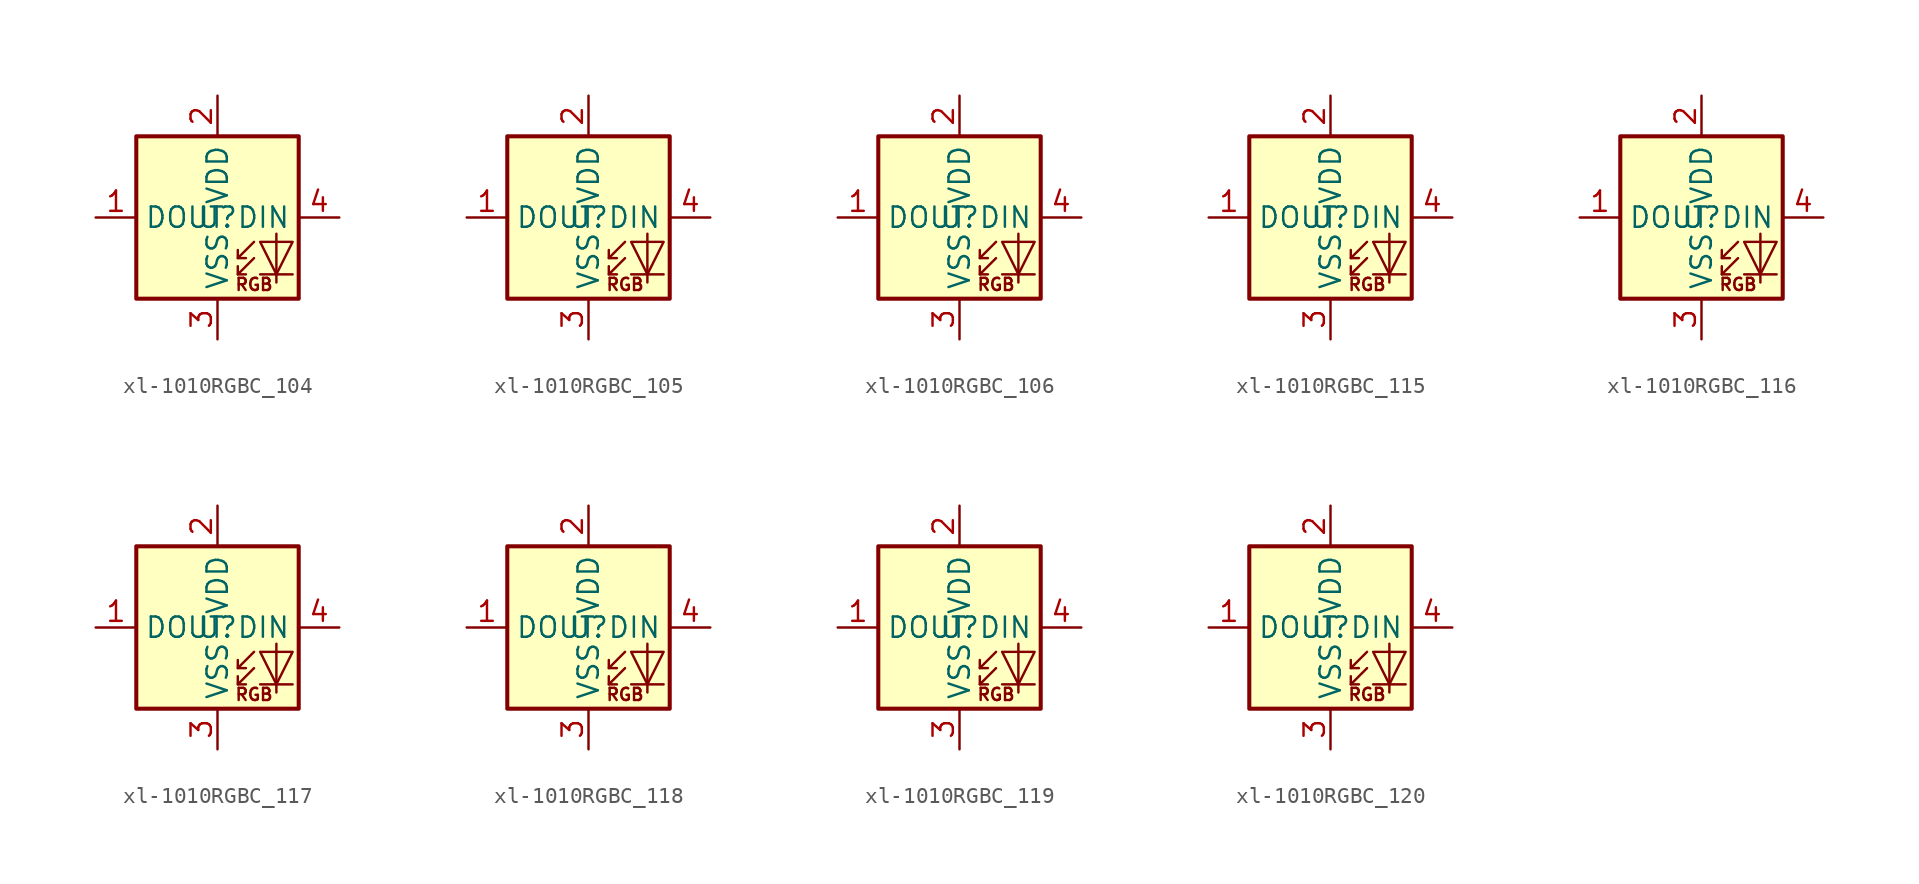
<source format=kicad_sym>
(kicad_symbol_lib
  (version 20231120)
  (generator "kicad_symbol_editor")
  (generator_version "8.0")
  (symbol "xl-1010RGBC_104"
    (property "Reference" "U"
      (at 0 0 0)
      (effects (font (size 1.27 1.27))))
    (property "Value" ""
      (at 0 0 0)
      (effects (font (size 1.27 1.27))))
    (symbol "xl-1010RGBC_104_0_0"
      (text "RGB" (at 2.286 -4.191 0) (effects (font (size 0.762 0.762)))))
    (symbol "xl-1010RGBC_104_0_1"
      (polyline (pts (xy 1.27 -3.556) (xy 1.778 -3.556)) (stroke (width 0) (type default)) (fill (type none)))
      (polyline (pts (xy 1.27 -2.54) (xy 1.778 -2.54)) (stroke (width 0) (type default)) (fill (type none)))
      (polyline (pts (xy 4.699 -3.556) (xy 2.667 -3.556)) (stroke (width 0) (type default)) (fill (type none)))
      (polyline (pts (xy 2.286 -2.54) (xy 1.27 -3.556) (xy 1.27 -3.048)) (stroke (width 0) (type default)) (fill (type none)))
      (polyline (pts (xy 2.286 -1.524) (xy 1.27 -2.54) (xy 1.27 -2.032)) (stroke (width 0) (type default)) (fill (type none)))
      (polyline (pts (xy 3.683 -1.016) (xy 3.683 -3.556) (xy 3.683 -4.064)) (stroke (width 0) (type default)) (fill (type none)))
      (polyline (pts (xy 4.699 -1.524) (xy 2.667 -1.524) (xy 3.683 -3.556) (xy 4.699 -1.524)) (stroke (width 0) (type default)) (fill (type none)))
      (rectangle (start 5.08 5.08) (end -5.08 -5.08) (stroke (width 0.254) (type default)) (fill (type background))))
    (symbol "xl-1010RGBC_104_1_1"
      (pin output line (at -7.62 0 0) (length 2.54) (name "DOUT" (effects (font (size 1.27 1.27)))) (number "1" (effects (font (size 1.27 1.27)))))
      (pin power_in line (at 0 7.62 270) (length 2.54) (name "VDD" (effects (font (size 1.27 1.27)))) (number "2" (effects (font (size 1.27 1.27)))))
      (pin power_in line (at 0 -7.62 90) (length 2.54) (name "VSS" (effects (font (size 1.27 1.27)))) (number "3" (effects (font (size 1.27 1.27)))))
      (pin input line (at 7.62 0 180) (length 2.54) (name "DIN" (effects (font (size 1.27 1.27)))) (number "4" (effects (font (size 1.27 1.27)))))))
  (symbol "xl-1010RGBC_105"
    (property "Reference" "U"
      (at 0 0 0)
      (effects (font (size 1.27 1.27))))
    (property "Value" ""
      (at 0 0 0)
      (effects (font (size 1.27 1.27))))
    (symbol "xl-1010RGBC_105_0_0"
      (text "RGB" (at 2.286 -4.191 0) (effects (font (size 0.762 0.762)))))
    (symbol "xl-1010RGBC_105_0_1"
      (polyline (pts (xy 1.27 -3.556) (xy 1.778 -3.556)) (stroke (width 0) (type default)) (fill (type none)))
      (polyline (pts (xy 1.27 -2.54) (xy 1.778 -2.54)) (stroke (width 0) (type default)) (fill (type none)))
      (polyline (pts (xy 4.699 -3.556) (xy 2.667 -3.556)) (stroke (width 0) (type default)) (fill (type none)))
      (polyline (pts (xy 2.286 -2.54) (xy 1.27 -3.556) (xy 1.27 -3.048)) (stroke (width 0) (type default)) (fill (type none)))
      (polyline (pts (xy 2.286 -1.524) (xy 1.27 -2.54) (xy 1.27 -2.032)) (stroke (width 0) (type default)) (fill (type none)))
      (polyline (pts (xy 3.683 -1.016) (xy 3.683 -3.556) (xy 3.683 -4.064)) (stroke (width 0) (type default)) (fill (type none)))
      (polyline (pts (xy 4.699 -1.524) (xy 2.667 -1.524) (xy 3.683 -3.556) (xy 4.699 -1.524)) (stroke (width 0) (type default)) (fill (type none)))
      (rectangle (start 5.08 5.08) (end -5.08 -5.08) (stroke (width 0.254) (type default)) (fill (type background))))
    (symbol "xl-1010RGBC_105_1_1"
      (pin output line (at -7.62 0 0) (length 2.54) (name "DOUT" (effects (font (size 1.27 1.27)))) (number "1" (effects (font (size 1.27 1.27)))))
      (pin power_in line (at 0 7.62 270) (length 2.54) (name "VDD" (effects (font (size 1.27 1.27)))) (number "2" (effects (font (size 1.27 1.27)))))
      (pin power_in line (at 0 -7.62 90) (length 2.54) (name "VSS" (effects (font (size 1.27 1.27)))) (number "3" (effects (font (size 1.27 1.27)))))
      (pin input line (at 7.62 0 180) (length 2.54) (name "DIN" (effects (font (size 1.27 1.27)))) (number "4" (effects (font (size 1.27 1.27)))))))
  (symbol "xl-1010RGBC_106"
    (property "Reference" "U"
      (at 0 0 0)
      (effects (font (size 1.27 1.27))))
    (property "Value" ""
      (at 0 0 0)
      (effects (font (size 1.27 1.27))))
    (symbol "xl-1010RGBC_106_0_0"
      (text "RGB" (at 2.286 -4.191 0) (effects (font (size 0.762 0.762)))))
    (symbol "xl-1010RGBC_106_0_1"
      (polyline (pts (xy 1.27 -3.556) (xy 1.778 -3.556)) (stroke (width 0) (type default)) (fill (type none)))
      (polyline (pts (xy 1.27 -2.54) (xy 1.778 -2.54)) (stroke (width 0) (type default)) (fill (type none)))
      (polyline (pts (xy 4.699 -3.556) (xy 2.667 -3.556)) (stroke (width 0) (type default)) (fill (type none)))
      (polyline (pts (xy 2.286 -2.54) (xy 1.27 -3.556) (xy 1.27 -3.048)) (stroke (width 0) (type default)) (fill (type none)))
      (polyline (pts (xy 2.286 -1.524) (xy 1.27 -2.54) (xy 1.27 -2.032)) (stroke (width 0) (type default)) (fill (type none)))
      (polyline (pts (xy 3.683 -1.016) (xy 3.683 -3.556) (xy 3.683 -4.064)) (stroke (width 0) (type default)) (fill (type none)))
      (polyline (pts (xy 4.699 -1.524) (xy 2.667 -1.524) (xy 3.683 -3.556) (xy 4.699 -1.524)) (stroke (width 0) (type default)) (fill (type none)))
      (rectangle (start 5.08 5.08) (end -5.08 -5.08) (stroke (width 0.254) (type default)) (fill (type background))))
    (symbol "xl-1010RGBC_106_1_1"
      (pin output line (at -7.62 0 0) (length 2.54) (name "DOUT" (effects (font (size 1.27 1.27)))) (number "1" (effects (font (size 1.27 1.27)))))
      (pin power_in line (at 0 7.62 270) (length 2.54) (name "VDD" (effects (font (size 1.27 1.27)))) (number "2" (effects (font (size 1.27 1.27)))))
      (pin power_in line (at 0 -7.62 90) (length 2.54) (name "VSS" (effects (font (size 1.27 1.27)))) (number "3" (effects (font (size 1.27 1.27)))))
      (pin input line (at 7.62 0 180) (length 2.54) (name "DIN" (effects (font (size 1.27 1.27)))) (number "4" (effects (font (size 1.27 1.27)))))))
  (symbol "xl-1010RGBC_115"
    (property "Reference" "U"
      (at 0 0 0)
      (effects (font (size 1.27 1.27))))
    (property "Value" ""
      (at 0 0 0)
      (effects (font (size 1.27 1.27))))
    (symbol "xl-1010RGBC_115_0_0"
      (text "RGB" (at 2.286 -4.191 0) (effects (font (size 0.762 0.762)))))
    (symbol "xl-1010RGBC_115_0_1"
      (polyline (pts (xy 1.27 -3.556) (xy 1.778 -3.556)) (stroke (width 0) (type default)) (fill (type none)))
      (polyline (pts (xy 1.27 -2.54) (xy 1.778 -2.54)) (stroke (width 0) (type default)) (fill (type none)))
      (polyline (pts (xy 4.699 -3.556) (xy 2.667 -3.556)) (stroke (width 0) (type default)) (fill (type none)))
      (polyline (pts (xy 2.286 -2.54) (xy 1.27 -3.556) (xy 1.27 -3.048)) (stroke (width 0) (type default)) (fill (type none)))
      (polyline (pts (xy 2.286 -1.524) (xy 1.27 -2.54) (xy 1.27 -2.032)) (stroke (width 0) (type default)) (fill (type none)))
      (polyline (pts (xy 3.683 -1.016) (xy 3.683 -3.556) (xy 3.683 -4.064)) (stroke (width 0) (type default)) (fill (type none)))
      (polyline (pts (xy 4.699 -1.524) (xy 2.667 -1.524) (xy 3.683 -3.556) (xy 4.699 -1.524)) (stroke (width 0) (type default)) (fill (type none)))
      (rectangle (start 5.08 5.08) (end -5.08 -5.08) (stroke (width 0.254) (type default)) (fill (type background))))
    (symbol "xl-1010RGBC_115_1_1"
      (pin output line (at -7.62 0 0) (length 2.54) (name "DOUT" (effects (font (size 1.27 1.27)))) (number "1" (effects (font (size 1.27 1.27)))))
      (pin power_in line (at 0 7.62 270) (length 2.54) (name "VDD" (effects (font (size 1.27 1.27)))) (number "2" (effects (font (size 1.27 1.27)))))
      (pin power_in line (at 0 -7.62 90) (length 2.54) (name "VSS" (effects (font (size 1.27 1.27)))) (number "3" (effects (font (size 1.27 1.27)))))
      (pin input line (at 7.62 0 180) (length 2.54) (name "DIN" (effects (font (size 1.27 1.27)))) (number "4" (effects (font (size 1.27 1.27)))))))
  (symbol "xl-1010RGBC_116"
    (property "Reference" "U"
      (at 0 0 0)
      (effects (font (size 1.27 1.27))))
    (property "Value" ""
      (at 0 0 0)
      (effects (font (size 1.27 1.27))))
    (symbol "xl-1010RGBC_116_0_0"
      (text "RGB" (at 2.286 -4.191 0) (effects (font (size 0.762 0.762)))))
    (symbol "xl-1010RGBC_116_0_1"
      (polyline (pts (xy 1.27 -3.556) (xy 1.778 -3.556)) (stroke (width 0) (type default)) (fill (type none)))
      (polyline (pts (xy 1.27 -2.54) (xy 1.778 -2.54)) (stroke (width 0) (type default)) (fill (type none)))
      (polyline (pts (xy 4.699 -3.556) (xy 2.667 -3.556)) (stroke (width 0) (type default)) (fill (type none)))
      (polyline (pts (xy 2.286 -2.54) (xy 1.27 -3.556) (xy 1.27 -3.048)) (stroke (width 0) (type default)) (fill (type none)))
      (polyline (pts (xy 2.286 -1.524) (xy 1.27 -2.54) (xy 1.27 -2.032)) (stroke (width 0) (type default)) (fill (type none)))
      (polyline (pts (xy 3.683 -1.016) (xy 3.683 -3.556) (xy 3.683 -4.064)) (stroke (width 0) (type default)) (fill (type none)))
      (polyline (pts (xy 4.699 -1.524) (xy 2.667 -1.524) (xy 3.683 -3.556) (xy 4.699 -1.524)) (stroke (width 0) (type default)) (fill (type none)))
      (rectangle (start 5.08 5.08) (end -5.08 -5.08) (stroke (width 0.254) (type default)) (fill (type background))))
    (symbol "xl-1010RGBC_116_1_1"
      (pin output line (at -7.62 0 0) (length 2.54) (name "DOUT" (effects (font (size 1.27 1.27)))) (number "1" (effects (font (size 1.27 1.27)))))
      (pin power_in line (at 0 7.62 270) (length 2.54) (name "VDD" (effects (font (size 1.27 1.27)))) (number "2" (effects (font (size 1.27 1.27)))))
      (pin power_in line (at 0 -7.62 90) (length 2.54) (name "VSS" (effects (font (size 1.27 1.27)))) (number "3" (effects (font (size 1.27 1.27)))))
      (pin input line (at 7.62 0 180) (length 2.54) (name "DIN" (effects (font (size 1.27 1.27)))) (number "4" (effects (font (size 1.27 1.27)))))))
  (symbol "xl-1010RGBC_117"
    (property "Reference" "U"
      (at 0 0 0)
      (effects (font (size 1.27 1.27))))
    (property "Value" ""
      (at 0 0 0)
      (effects (font (size 1.27 1.27))))
    (symbol "xl-1010RGBC_117_0_0"
      (text "RGB" (at 2.286 -4.191 0) (effects (font (size 0.762 0.762)))))
    (symbol "xl-1010RGBC_117_0_1"
      (polyline (pts (xy 1.27 -3.556) (xy 1.778 -3.556)) (stroke (width 0) (type default)) (fill (type none)))
      (polyline (pts (xy 1.27 -2.54) (xy 1.778 -2.54)) (stroke (width 0) (type default)) (fill (type none)))
      (polyline (pts (xy 4.699 -3.556) (xy 2.667 -3.556)) (stroke (width 0) (type default)) (fill (type none)))
      (polyline (pts (xy 2.286 -2.54) (xy 1.27 -3.556) (xy 1.27 -3.048)) (stroke (width 0) (type default)) (fill (type none)))
      (polyline (pts (xy 2.286 -1.524) (xy 1.27 -2.54) (xy 1.27 -2.032)) (stroke (width 0) (type default)) (fill (type none)))
      (polyline (pts (xy 3.683 -1.016) (xy 3.683 -3.556) (xy 3.683 -4.064)) (stroke (width 0) (type default)) (fill (type none)))
      (polyline (pts (xy 4.699 -1.524) (xy 2.667 -1.524) (xy 3.683 -3.556) (xy 4.699 -1.524)) (stroke (width 0) (type default)) (fill (type none)))
      (rectangle (start 5.08 5.08) (end -5.08 -5.08) (stroke (width 0.254) (type default)) (fill (type background))))
    (symbol "xl-1010RGBC_117_1_1"
      (pin output line (at -7.62 0 0) (length 2.54) (name "DOUT" (effects (font (size 1.27 1.27)))) (number "1" (effects (font (size 1.27 1.27)))))
      (pin power_in line (at 0 7.62 270) (length 2.54) (name "VDD" (effects (font (size 1.27 1.27)))) (number "2" (effects (font (size 1.27 1.27)))))
      (pin power_in line (at 0 -7.62 90) (length 2.54) (name "VSS" (effects (font (size 1.27 1.27)))) (number "3" (effects (font (size 1.27 1.27)))))
      (pin input line (at 7.62 0 180) (length 2.54) (name "DIN" (effects (font (size 1.27 1.27)))) (number "4" (effects (font (size 1.27 1.27)))))))
  (symbol "xl-1010RGBC_118"
    (property "Reference" "U"
      (at 0 0 0)
      (effects (font (size 1.27 1.27))))
    (property "Value" ""
      (at 0 0 0)
      (effects (font (size 1.27 1.27))))
    (symbol "xl-1010RGBC_118_0_0"
      (text "RGB" (at 2.286 -4.191 0) (effects (font (size 0.762 0.762)))))
    (symbol "xl-1010RGBC_118_0_1"
      (polyline (pts (xy 1.27 -3.556) (xy 1.778 -3.556)) (stroke (width 0) (type default)) (fill (type none)))
      (polyline (pts (xy 1.27 -2.54) (xy 1.778 -2.54)) (stroke (width 0) (type default)) (fill (type none)))
      (polyline (pts (xy 4.699 -3.556) (xy 2.667 -3.556)) (stroke (width 0) (type default)) (fill (type none)))
      (polyline (pts (xy 2.286 -2.54) (xy 1.27 -3.556) (xy 1.27 -3.048)) (stroke (width 0) (type default)) (fill (type none)))
      (polyline (pts (xy 2.286 -1.524) (xy 1.27 -2.54) (xy 1.27 -2.032)) (stroke (width 0) (type default)) (fill (type none)))
      (polyline (pts (xy 3.683 -1.016) (xy 3.683 -3.556) (xy 3.683 -4.064)) (stroke (width 0) (type default)) (fill (type none)))
      (polyline (pts (xy 4.699 -1.524) (xy 2.667 -1.524) (xy 3.683 -3.556) (xy 4.699 -1.524)) (stroke (width 0) (type default)) (fill (type none)))
      (rectangle (start 5.08 5.08) (end -5.08 -5.08) (stroke (width 0.254) (type default)) (fill (type background))))
    (symbol "xl-1010RGBC_118_1_1"
      (pin output line (at -7.62 0 0) (length 2.54) (name "DOUT" (effects (font (size 1.27 1.27)))) (number "1" (effects (font (size 1.27 1.27)))))
      (pin power_in line (at 0 7.62 270) (length 2.54) (name "VDD" (effects (font (size 1.27 1.27)))) (number "2" (effects (font (size 1.27 1.27)))))
      (pin power_in line (at 0 -7.62 90) (length 2.54) (name "VSS" (effects (font (size 1.27 1.27)))) (number "3" (effects (font (size 1.27 1.27)))))
      (pin input line (at 7.62 0 180) (length 2.54) (name "DIN" (effects (font (size 1.27 1.27)))) (number "4" (effects (font (size 1.27 1.27)))))))
  (symbol "xl-1010RGBC_119"
    (property "Reference" "U"
      (at 0 0 0)
      (effects (font (size 1.27 1.27))))
    (property "Value" ""
      (at 0 0 0)
      (effects (font (size 1.27 1.27))))
    (symbol "xl-1010RGBC_119_0_0"
      (text "RGB" (at 2.286 -4.191 0) (effects (font (size 0.762 0.762)))))
    (symbol "xl-1010RGBC_119_0_1"
      (polyline (pts (xy 1.27 -3.556) (xy 1.778 -3.556)) (stroke (width 0) (type default)) (fill (type none)))
      (polyline (pts (xy 1.27 -2.54) (xy 1.778 -2.54)) (stroke (width 0) (type default)) (fill (type none)))
      (polyline (pts (xy 4.699 -3.556) (xy 2.667 -3.556)) (stroke (width 0) (type default)) (fill (type none)))
      (polyline (pts (xy 2.286 -2.54) (xy 1.27 -3.556) (xy 1.27 -3.048)) (stroke (width 0) (type default)) (fill (type none)))
      (polyline (pts (xy 2.286 -1.524) (xy 1.27 -2.54) (xy 1.27 -2.032)) (stroke (width 0) (type default)) (fill (type none)))
      (polyline (pts (xy 3.683 -1.016) (xy 3.683 -3.556) (xy 3.683 -4.064)) (stroke (width 0) (type default)) (fill (type none)))
      (polyline (pts (xy 4.699 -1.524) (xy 2.667 -1.524) (xy 3.683 -3.556) (xy 4.699 -1.524)) (stroke (width 0) (type default)) (fill (type none)))
      (rectangle (start 5.08 5.08) (end -5.08 -5.08) (stroke (width 0.254) (type default)) (fill (type background))))
    (symbol "xl-1010RGBC_119_1_1"
      (pin output line (at -7.62 0 0) (length 2.54) (name "DOUT" (effects (font (size 1.27 1.27)))) (number "1" (effects (font (size 1.27 1.27)))))
      (pin power_in line (at 0 7.62 270) (length 2.54) (name "VDD" (effects (font (size 1.27 1.27)))) (number "2" (effects (font (size 1.27 1.27)))))
      (pin power_in line (at 0 -7.62 90) (length 2.54) (name "VSS" (effects (font (size 1.27 1.27)))) (number "3" (effects (font (size 1.27 1.27)))))
      (pin input line (at 7.62 0 180) (length 2.54) (name "DIN" (effects (font (size 1.27 1.27)))) (number "4" (effects (font (size 1.27 1.27)))))))
  (symbol "xl-1010RGBC_120"
    (property "Reference" "U"
      (at 0 0 0)
      (effects (font (size 1.27 1.27))))
    (property "Value" ""
      (at 0 0 0)
      (effects (font (size 1.27 1.27))))
    (symbol "xl-1010RGBC_120_0_0"
      (text "RGB" (at 2.286 -4.191 0) (effects (font (size 0.762 0.762)))))
    (symbol "xl-1010RGBC_120_0_1"
      (polyline (pts (xy 1.27 -3.556) (xy 1.778 -3.556)) (stroke (width 0) (type default)) (fill (type none)))
      (polyline (pts (xy 1.27 -2.54) (xy 1.778 -2.54)) (stroke (width 0) (type default)) (fill (type none)))
      (polyline (pts (xy 4.699 -3.556) (xy 2.667 -3.556)) (stroke (width 0) (type default)) (fill (type none)))
      (polyline (pts (xy 2.286 -2.54) (xy 1.27 -3.556) (xy 1.27 -3.048)) (stroke (width 0) (type default)) (fill (type none)))
      (polyline (pts (xy 2.286 -1.524) (xy 1.27 -2.54) (xy 1.27 -2.032)) (stroke (width 0) (type default)) (fill (type none)))
      (polyline (pts (xy 3.683 -1.016) (xy 3.683 -3.556) (xy 3.683 -4.064)) (stroke (width 0) (type default)) (fill (type none)))
      (polyline (pts (xy 4.699 -1.524) (xy 2.667 -1.524) (xy 3.683 -3.556) (xy 4.699 -1.524)) (stroke (width 0) (type default)) (fill (type none)))
      (rectangle (start 5.08 5.08) (end -5.08 -5.08) (stroke (width 0.254) (type default)) (fill (type background))))
    (symbol "xl-1010RGBC_120_1_1"
      (pin output line (at -7.62 0 0) (length 2.54) (name "DOUT" (effects (font (size 1.27 1.27)))) (number "1" (effects (font (size 1.27 1.27)))))
      (pin power_in line (at 0 7.62 270) (length 2.54) (name "VDD" (effects (font (size 1.27 1.27)))) (number "2" (effects (font (size 1.27 1.27)))))
      (pin power_in line (at 0 -7.62 90) (length 2.54) (name "VSS" (effects (font (size 1.27 1.27)))) (number "3" (effects (font (size 1.27 1.27)))))
      (pin input line (at 7.62 0 180) (length 2.54) (name "DIN" (effects (font (size 1.27 1.27)))) (number "4" (effects (font (size 1.27 1.27))))))))
</source>
